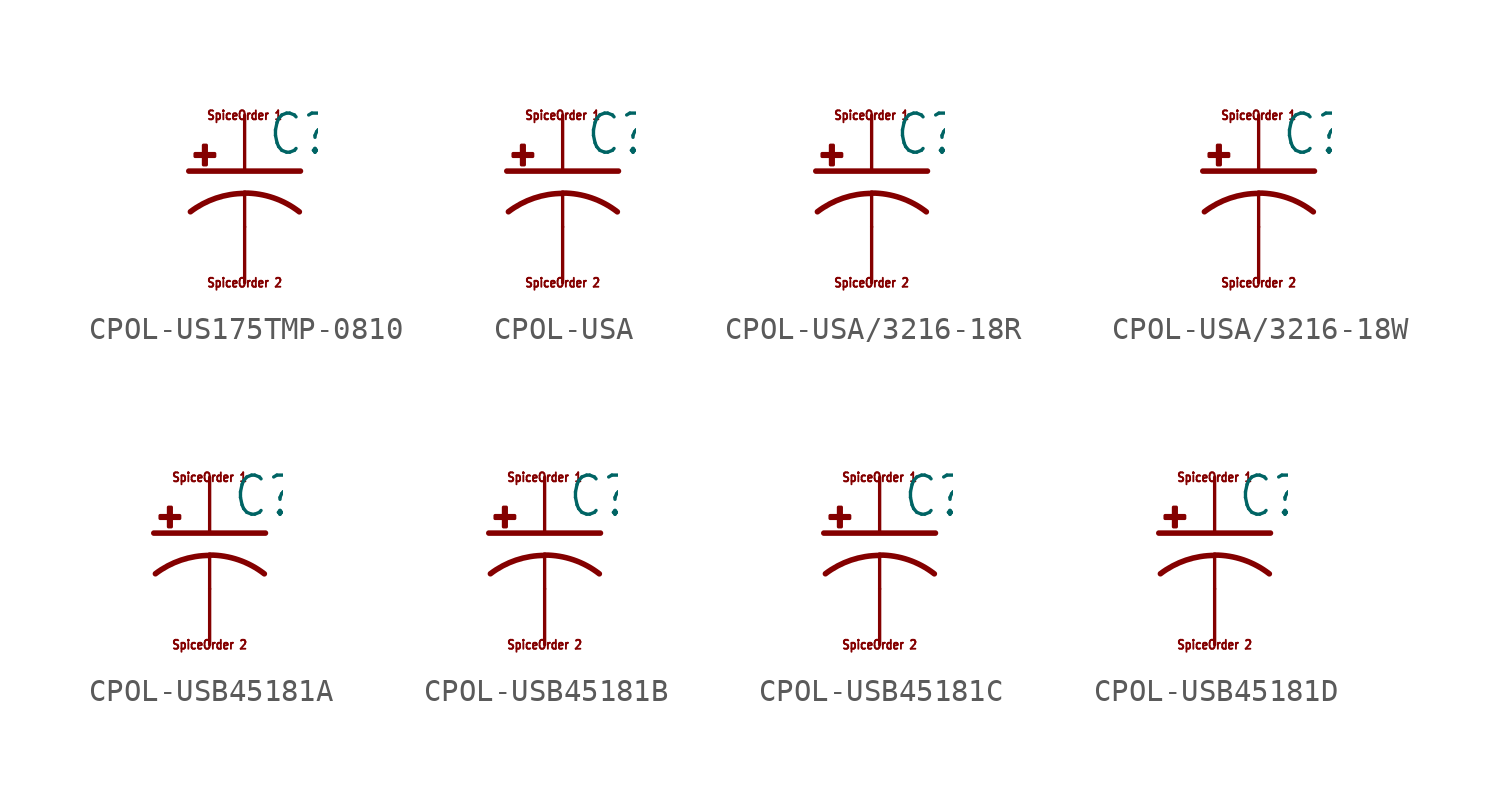
<source format=kicad_sym>
(kicad_symbol_lib
  (version 20231120)
  (generator "kicad_symbol_editor")
  (generator_version "8.0")
  (symbol "CPOL-US175TMP-0810"
    (property "Reference" "C"
      (at 1.016 0.635 0)
      (effects (font (size 1.778 1.511)) (justify left bottom)))
    (property "Value" ""
      (at 1.016 -4.191 0)
      (effects (font (size 1.778 1.511)) (justify left bottom)))
    (property "ki_locked" ""
      (at 0 0 0)
      (effects (font (size 1.27 1.27))))
    (symbol "CPOL-US175TMP-0810_1_0"
      (rectangle (start -2.253 0.668) (end -1.364 0.795) (stroke (width 0) (type default)) (fill (type outline)))
      (rectangle (start -1.872 0.287) (end -1.745 1.176) (stroke (width 0) (type default)) (fill (type outline)))
      (arc (start 0 -1.0161) (mid -1.3021 -1.2303) (end -2.4669 -1.8504) (stroke (width 0.254) (type solid)) (fill (type none)))
      (polyline (pts (xy -2.54 0) (xy 2.54 0)) (stroke (width 0.254) (type solid)) (fill (type none)))
      (polyline (pts (xy 0 -1.016) (xy 0 -2.54)) (stroke (width 0.152) (type solid)) (fill (type none)))
      (arc (start 2.4892 -1.8541) (mid 1.3158 -1.2194) (end 0 -1) (stroke (width 0.254) (type solid)) (fill (type none)))
      (text "SpiceOrder 1" (at 0 2.54 0) (effects (font (size 0.406 0.345))))
      (text "SpiceOrder 2" (at 0 -5.08 0) (effects (font (size 0.406 0.345))))
      (pin passive line (at 0 2.54 270) (length 2.54) (name "+" (effects (font (size 0 0)))) (number "+" (effects (font (size 0 0)))))
      (pin passive line (at 0 -5.08 90) (length 2.54) (name "-" (effects (font (size 0 0)))) (number "-" (effects (font (size 0 0)))))))
  (symbol "CPOL-USA"
    (property "Reference" "C"
      (at 1.016 0.635 0)
      (effects (font (size 1.778 1.511)) (justify left bottom)))
    (property "Value" ""
      (at 1.016 -4.191 0)
      (effects (font (size 1.778 1.511)) (justify left bottom)))
    (property "ki_locked" ""
      (at 0 0 0)
      (effects (font (size 1.27 1.27))))
    (symbol "CPOL-USA_1_0"
      (rectangle (start -2.253 0.668) (end -1.364 0.795) (stroke (width 0) (type default)) (fill (type outline)))
      (rectangle (start -1.872 0.287) (end -1.745 1.176) (stroke (width 0) (type default)) (fill (type outline)))
      (arc (start 0 -1.0161) (mid -1.3021 -1.2303) (end -2.4669 -1.8504) (stroke (width 0.254) (type solid)) (fill (type none)))
      (polyline (pts (xy -2.54 0) (xy 2.54 0)) (stroke (width 0.254) (type solid)) (fill (type none)))
      (polyline (pts (xy 0 -1.016) (xy 0 -2.54)) (stroke (width 0.152) (type solid)) (fill (type none)))
      (arc (start 2.4892 -1.8541) (mid 1.3158 -1.2194) (end 0 -1) (stroke (width 0.254) (type solid)) (fill (type none)))
      (text "SpiceOrder 1" (at 0 2.54 0) (effects (font (size 0.406 0.345))))
      (text "SpiceOrder 2" (at 0 -5.08 0) (effects (font (size 0.406 0.345))))
      (pin passive line (at 0 2.54 270) (length 2.54) (name "+" (effects (font (size 0 0)))) (number "+" (effects (font (size 0 0)))))
      (pin passive line (at 0 -5.08 90) (length 2.54) (name "-" (effects (font (size 0 0)))) (number "-" (effects (font (size 0 0)))))))
  (symbol "CPOL-USA/3216-18R"
    (property "Reference" "C"
      (at 1.016 0.635 0)
      (effects (font (size 1.778 1.511)) (justify left bottom)))
    (property "Value" ""
      (at 1.016 -4.191 0)
      (effects (font (size 1.778 1.511)) (justify left bottom)))
    (property "ki_locked" ""
      (at 0 0 0)
      (effects (font (size 1.27 1.27))))
    (symbol "CPOL-USA/3216-18R_1_0"
      (rectangle (start -2.253 0.668) (end -1.364 0.795) (stroke (width 0) (type default)) (fill (type outline)))
      (rectangle (start -1.872 0.287) (end -1.745 1.176) (stroke (width 0) (type default)) (fill (type outline)))
      (arc (start 0 -1.0161) (mid -1.3021 -1.2303) (end -2.4669 -1.8504) (stroke (width 0.254) (type solid)) (fill (type none)))
      (polyline (pts (xy -2.54 0) (xy 2.54 0)) (stroke (width 0.254) (type solid)) (fill (type none)))
      (polyline (pts (xy 0 -1.016) (xy 0 -2.54)) (stroke (width 0.152) (type solid)) (fill (type none)))
      (arc (start 2.4892 -1.8541) (mid 1.3158 -1.2194) (end 0 -1) (stroke (width 0.254) (type solid)) (fill (type none)))
      (text "SpiceOrder 1" (at 0 2.54 0) (effects (font (size 0.406 0.345))))
      (text "SpiceOrder 2" (at 0 -5.08 0) (effects (font (size 0.406 0.345))))
      (pin passive line (at 0 2.54 270) (length 2.54) (name "+" (effects (font (size 0 0)))) (number "+" (effects (font (size 0 0)))))
      (pin passive line (at 0 -5.08 90) (length 2.54) (name "-" (effects (font (size 0 0)))) (number "-" (effects (font (size 0 0)))))))
  (symbol "CPOL-USA/3216-18W"
    (property "Reference" "C"
      (at 1.016 0.635 0)
      (effects (font (size 1.778 1.511)) (justify left bottom)))
    (property "Value" ""
      (at 1.016 -4.191 0)
      (effects (font (size 1.778 1.511)) (justify left bottom)))
    (property "ki_locked" ""
      (at 0 0 0)
      (effects (font (size 1.27 1.27))))
    (symbol "CPOL-USA/3216-18W_1_0"
      (rectangle (start -2.253 0.668) (end -1.364 0.795) (stroke (width 0) (type default)) (fill (type outline)))
      (rectangle (start -1.872 0.287) (end -1.745 1.176) (stroke (width 0) (type default)) (fill (type outline)))
      (arc (start 0 -1.0161) (mid -1.3021 -1.2303) (end -2.4669 -1.8504) (stroke (width 0.254) (type solid)) (fill (type none)))
      (polyline (pts (xy -2.54 0) (xy 2.54 0)) (stroke (width 0.254) (type solid)) (fill (type none)))
      (polyline (pts (xy 0 -1.016) (xy 0 -2.54)) (stroke (width 0.152) (type solid)) (fill (type none)))
      (arc (start 2.4892 -1.8541) (mid 1.3158 -1.2194) (end 0 -1) (stroke (width 0.254) (type solid)) (fill (type none)))
      (text "SpiceOrder 1" (at 0 2.54 0) (effects (font (size 0.406 0.345))))
      (text "SpiceOrder 2" (at 0 -5.08 0) (effects (font (size 0.406 0.345))))
      (pin passive line (at 0 2.54 270) (length 2.54) (name "+" (effects (font (size 0 0)))) (number "+" (effects (font (size 0 0)))))
      (pin passive line (at 0 -5.08 90) (length 2.54) (name "-" (effects (font (size 0 0)))) (number "-" (effects (font (size 0 0)))))))
  (symbol "CPOL-USB45181A"
    (property "Reference" "C"
      (at 1.016 0.635 0)
      (effects (font (size 1.778 1.511)) (justify left bottom)))
    (property "Value" ""
      (at 1.016 -4.191 0)
      (effects (font (size 1.778 1.511)) (justify left bottom)))
    (property "ki_locked" ""
      (at 0 0 0)
      (effects (font (size 1.27 1.27))))
    (symbol "CPOL-USB45181A_1_0"
      (rectangle (start -2.253 0.668) (end -1.364 0.795) (stroke (width 0) (type default)) (fill (type outline)))
      (rectangle (start -1.872 0.287) (end -1.745 1.176) (stroke (width 0) (type default)) (fill (type outline)))
      (arc (start 0 -1.0161) (mid -1.3021 -1.2303) (end -2.4669 -1.8504) (stroke (width 0.254) (type solid)) (fill (type none)))
      (polyline (pts (xy -2.54 0) (xy 2.54 0)) (stroke (width 0.254) (type solid)) (fill (type none)))
      (polyline (pts (xy 0 -1.016) (xy 0 -2.54)) (stroke (width 0.152) (type solid)) (fill (type none)))
      (arc (start 2.4892 -1.8541) (mid 1.3158 -1.2194) (end 0 -1) (stroke (width 0.254) (type solid)) (fill (type none)))
      (text "SpiceOrder 1" (at 0 2.54 0) (effects (font (size 0.406 0.345))))
      (text "SpiceOrder 2" (at 0 -5.08 0) (effects (font (size 0.406 0.345))))
      (pin passive line (at 0 2.54 270) (length 2.54) (name "+" (effects (font (size 0 0)))) (number "+" (effects (font (size 0 0)))))
      (pin passive line (at 0 -5.08 90) (length 2.54) (name "-" (effects (font (size 0 0)))) (number "-" (effects (font (size 0 0)))))))
  (symbol "CPOL-USB45181B"
    (property "Reference" "C"
      (at 1.016 0.635 0)
      (effects (font (size 1.778 1.511)) (justify left bottom)))
    (property "Value" ""
      (at 1.016 -4.191 0)
      (effects (font (size 1.778 1.511)) (justify left bottom)))
    (property "ki_locked" ""
      (at 0 0 0)
      (effects (font (size 1.27 1.27))))
    (symbol "CPOL-USB45181B_1_0"
      (rectangle (start -2.253 0.668) (end -1.364 0.795) (stroke (width 0) (type default)) (fill (type outline)))
      (rectangle (start -1.872 0.287) (end -1.745 1.176) (stroke (width 0) (type default)) (fill (type outline)))
      (arc (start 0 -1.0161) (mid -1.3021 -1.2303) (end -2.4669 -1.8504) (stroke (width 0.254) (type solid)) (fill (type none)))
      (polyline (pts (xy -2.54 0) (xy 2.54 0)) (stroke (width 0.254) (type solid)) (fill (type none)))
      (polyline (pts (xy 0 -1.016) (xy 0 -2.54)) (stroke (width 0.152) (type solid)) (fill (type none)))
      (arc (start 2.4892 -1.8541) (mid 1.3158 -1.2194) (end 0 -1) (stroke (width 0.254) (type solid)) (fill (type none)))
      (text "SpiceOrder 1" (at 0 2.54 0) (effects (font (size 0.406 0.345))))
      (text "SpiceOrder 2" (at 0 -5.08 0) (effects (font (size 0.406 0.345))))
      (pin passive line (at 0 2.54 270) (length 2.54) (name "+" (effects (font (size 0 0)))) (number "+" (effects (font (size 0 0)))))
      (pin passive line (at 0 -5.08 90) (length 2.54) (name "-" (effects (font (size 0 0)))) (number "-" (effects (font (size 0 0)))))))
  (symbol "CPOL-USB45181C"
    (property "Reference" "C"
      (at 1.016 0.635 0)
      (effects (font (size 1.778 1.511)) (justify left bottom)))
    (property "Value" ""
      (at 1.016 -4.191 0)
      (effects (font (size 1.778 1.511)) (justify left bottom)))
    (property "ki_locked" ""
      (at 0 0 0)
      (effects (font (size 1.27 1.27))))
    (symbol "CPOL-USB45181C_1_0"
      (rectangle (start -2.253 0.668) (end -1.364 0.795) (stroke (width 0) (type default)) (fill (type outline)))
      (rectangle (start -1.872 0.287) (end -1.745 1.176) (stroke (width 0) (type default)) (fill (type outline)))
      (arc (start 0 -1.0161) (mid -1.3021 -1.2303) (end -2.4669 -1.8504) (stroke (width 0.254) (type solid)) (fill (type none)))
      (polyline (pts (xy -2.54 0) (xy 2.54 0)) (stroke (width 0.254) (type solid)) (fill (type none)))
      (polyline (pts (xy 0 -1.016) (xy 0 -2.54)) (stroke (width 0.152) (type solid)) (fill (type none)))
      (arc (start 2.4892 -1.8541) (mid 1.3158 -1.2194) (end 0 -1) (stroke (width 0.254) (type solid)) (fill (type none)))
      (text "SpiceOrder 1" (at 0 2.54 0) (effects (font (size 0.406 0.345))))
      (text "SpiceOrder 2" (at 0 -5.08 0) (effects (font (size 0.406 0.345))))
      (pin passive line (at 0 2.54 270) (length 2.54) (name "+" (effects (font (size 0 0)))) (number "+" (effects (font (size 0 0)))))
      (pin passive line (at 0 -5.08 90) (length 2.54) (name "-" (effects (font (size 0 0)))) (number "-" (effects (font (size 0 0)))))))
  (symbol "CPOL-USB45181D"
    (property "Reference" "C"
      (at 1.016 0.635 0)
      (effects (font (size 1.778 1.511)) (justify left bottom)))
    (property "Value" ""
      (at 1.016 -4.191 0)
      (effects (font (size 1.778 1.511)) (justify left bottom)))
    (property "ki_locked" ""
      (at 0 0 0)
      (effects (font (size 1.27 1.27))))
    (symbol "CPOL-USB45181D_1_0"
      (rectangle (start -2.253 0.668) (end -1.364 0.795) (stroke (width 0) (type default)) (fill (type outline)))
      (rectangle (start -1.872 0.287) (end -1.745 1.176) (stroke (width 0) (type default)) (fill (type outline)))
      (arc (start 0 -1.0161) (mid -1.3021 -1.2303) (end -2.4669 -1.8504) (stroke (width 0.254) (type solid)) (fill (type none)))
      (polyline (pts (xy -2.54 0) (xy 2.54 0)) (stroke (width 0.254) (type solid)) (fill (type none)))
      (polyline (pts (xy 0 -1.016) (xy 0 -2.54)) (stroke (width 0.152) (type solid)) (fill (type none)))
      (arc (start 2.4892 -1.8541) (mid 1.3158 -1.2194) (end 0 -1) (stroke (width 0.254) (type solid)) (fill (type none)))
      (text "SpiceOrder 1" (at 0 2.54 0) (effects (font (size 0.406 0.345))))
      (text "SpiceOrder 2" (at 0 -5.08 0) (effects (font (size 0.406 0.345))))
      (pin passive line (at 0 2.54 270) (length 2.54) (name "+" (effects (font (size 0 0)))) (number "+" (effects (font (size 0 0)))))
      (pin passive line (at 0 -5.08 90) (length 2.54) (name "-" (effects (font (size 0 0)))) (number "-" (effects (font (size 0 0))))))))
</source>
